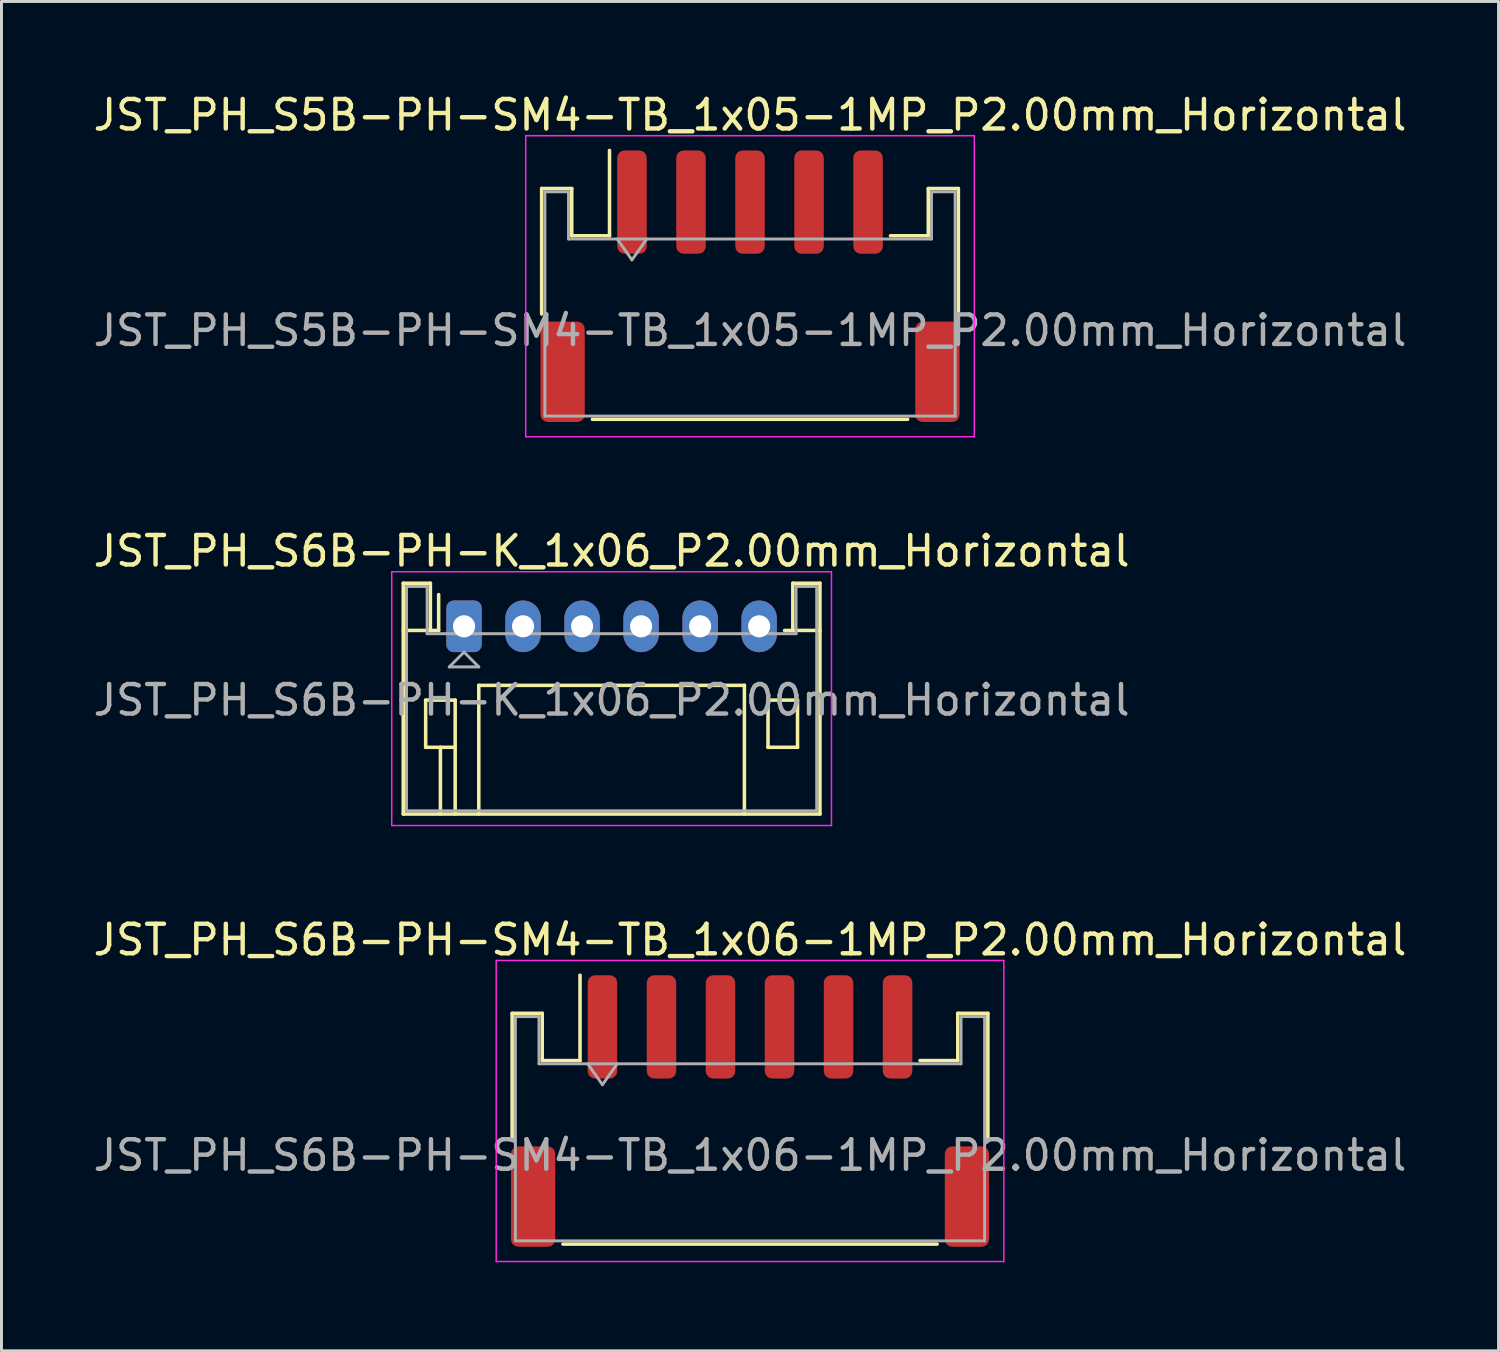
<source format=kicad_pcb>
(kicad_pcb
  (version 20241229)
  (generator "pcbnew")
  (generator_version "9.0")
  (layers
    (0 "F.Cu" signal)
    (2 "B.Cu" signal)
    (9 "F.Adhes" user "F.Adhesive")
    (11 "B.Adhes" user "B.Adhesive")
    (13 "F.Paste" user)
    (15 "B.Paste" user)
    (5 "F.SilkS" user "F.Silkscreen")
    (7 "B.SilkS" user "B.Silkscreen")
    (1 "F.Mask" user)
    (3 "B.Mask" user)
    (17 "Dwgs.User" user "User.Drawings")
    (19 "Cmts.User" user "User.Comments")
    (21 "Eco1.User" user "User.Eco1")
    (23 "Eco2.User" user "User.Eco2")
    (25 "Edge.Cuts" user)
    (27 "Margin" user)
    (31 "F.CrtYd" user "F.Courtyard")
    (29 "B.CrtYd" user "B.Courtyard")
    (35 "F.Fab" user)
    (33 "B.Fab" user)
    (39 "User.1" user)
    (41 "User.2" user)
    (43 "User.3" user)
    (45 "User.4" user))
  (footprint "JST_PH_S6B-PH-SM4-TB_1x06-1MP_P2.00mm_Horizontal"
    (layer "F.Cu")
    (at 22.363 34.595)
    (property "Reference" "JST_PH_S6B-PH-SM4-TB_1x06-1MP_P2.00mm_Horizontal" (at 0 -5.8 0) (layer "F.SilkS") (effects (font (size 1 1) (thickness 0.15))))
    (attr smd)
    (fp_line (start -8.06 -3.31) (end -7.04 -3.31) (stroke (width 0.12) (type solid)) (layer "F.SilkS"))
    (fp_line (start -8.06 0.94) (end -8.06 -3.31) (stroke (width 0.12) (type solid)) (layer "F.SilkS"))
    (fp_line (start -7.04 -3.31) (end -7.04 -1.71) (stroke (width 0.12) (type solid)) (layer "F.SilkS"))
    (fp_line (start -7.04 -1.71) (end -5.76 -1.71) (stroke (width 0.12) (type solid)) (layer "F.SilkS"))
    (fp_line (start -6.34 4.51) (end 6.34 4.51) (stroke (width 0.12) (type solid)) (layer "F.SilkS"))
    (fp_line (start -5.76 -1.71) (end -5.76 -4.6) (stroke (width 0.12) (type solid)) (layer "F.SilkS"))
    (fp_line (start 7.04 -3.31) (end 7.04 -1.71) (stroke (width 0.12) (type solid)) (layer "F.SilkS"))
    (fp_line (start 7.04 -1.71) (end 5.76 -1.71) (stroke (width 0.12) (type solid)) (layer "F.SilkS"))
    (fp_line (start 8.06 -3.31) (end 7.04 -3.31) (stroke (width 0.12) (type solid)) (layer "F.SilkS"))
    (fp_line (start 8.06 0.94) (end 8.06 -3.31) (stroke (width 0.12) (type solid)) (layer "F.SilkS"))
    (fp_line (start -8.6 -5.1) (end -8.6 5.1) (stroke (width 0.05) (type solid)) (layer "F.CrtYd"))
    (fp_line (start -8.6 5.1) (end 8.6 5.1) (stroke (width 0.05) (type solid)) (layer "F.CrtYd"))
    (fp_line (start 8.6 -5.1) (end -8.6 -5.1) (stroke (width 0.05) (type solid)) (layer "F.CrtYd"))
    (fp_line (start 8.6 5.1) (end 8.6 -5.1) (stroke (width 0.05) (type solid)) (layer "F.CrtYd"))
    (fp_line (start -7.95 -3.2) (end -7.95 4.4) (stroke (width 0.1) (type solid)) (layer "F.Fab"))
    (fp_line (start -7.95 -3.2) (end -7.15 -3.2) (stroke (width 0.1) (type solid)) (layer "F.Fab"))
    (fp_line (start -7.95 4.4) (end 7.95 4.4) (stroke (width 0.1) (type solid)) (layer "F.Fab"))
    (fp_line (start -7.15 -3.2) (end -7.15 -1.6) (stroke (width 0.1) (type solid)) (layer "F.Fab"))
    (fp_line (start -7.15 -1.6) (end 7.15 -1.6) (stroke (width 0.1) (type solid)) (layer "F.Fab"))
    (fp_line (start -5.5 -1.6) (end -5 -0.893) (stroke (width 0.1) (type solid)) (layer "F.Fab"))
    (fp_line (start -5 -0.893) (end -4.5 -1.6) (stroke (width 0.1) (type solid)) (layer "F.Fab"))
    (fp_line (start 7.15 -3.2) (end 7.95 -3.2) (stroke (width 0.1) (type solid)) (layer "F.Fab"))
    (fp_line (start 7.15 -1.6) (end 7.15 -3.2) (stroke (width 0.1) (type solid)) (layer "F.Fab"))
    (fp_line (start 7.95 -3.2) (end 7.95 4.4) (stroke (width 0.1) (type solid)) (layer "F.Fab"))
    (fp_text user "${REFERENCE}" (at 0 1.5 0) (layer "F.Fab") (effects (font (size 1 1) (thickness 0.15))))
    (pad "1" smd roundrect (at -5 -2.85) (size 1 3.5) (layers "F.Cu" "F.Mask" "F.Paste") (roundrect_rratio 0.25))
    (pad "2" smd roundrect (at -3 -2.85) (size 1 3.5) (layers "F.Cu" "F.Mask" "F.Paste") (roundrect_rratio 0.25))
    (pad "3" smd roundrect (at -1 -2.85) (size 1 3.5) (layers "F.Cu" "F.Mask" "F.Paste") (roundrect_rratio 0.25))
    (pad "4" smd roundrect (at 1 -2.85) (size 1 3.5) (layers "F.Cu" "F.Mask" "F.Paste") (roundrect_rratio 0.25))
    (pad "5" smd roundrect (at 3 -2.85) (size 1 3.5) (layers "F.Cu" "F.Mask" "F.Paste") (roundrect_rratio 0.25))
    (pad "6" smd roundrect (at 5 -2.85) (size 1 3.5) (layers "F.Cu" "F.Mask" "F.Paste") (roundrect_rratio 0.25))
    (pad "MP" smd roundrect (at -7.35 2.9) (size 1.5 3.4) (layers "F.Cu" "F.Mask" "F.Paste") (roundrect_rratio 0.167))
    (pad "MP" smd roundrect (at 7.35 2.9) (size 1.5 3.4) (layers "F.Cu" "F.Mask" "F.Paste") (roundrect_rratio 0.167)))
  (footprint "JST_PH_S6B-PH-K_1x06_P2.00mm_Horizontal"
    (layer "F.Cu")
    (at 12.673 18.172)
    (property "Reference" "JST_PH_S6B-PH-K_1x06_P2.00mm_Horizontal" (at 5 -2.55 0) (layer "F.SilkS") (effects (font (size 1 1) (thickness 0.15))))
    (attr through_hole)
    (fp_line (start -2.06 -1.46) (end -2.06 6.36) (stroke (width 0.12) (type solid)) (layer "F.SilkS"))
    (fp_line (start -2.06 0.14) (end -1.14 0.14) (stroke (width 0.12) (type solid)) (layer "F.SilkS"))
    (fp_line (start -2.06 6.36) (end 12.06 6.36) (stroke (width 0.12) (type solid)) (layer "F.SilkS"))
    (fp_line (start -1.3 2.5) (end -1.3 4.1) (stroke (width 0.12) (type solid)) (layer "F.SilkS"))
    (fp_line (start -1.3 4.1) (end -0.3 4.1) (stroke (width 0.12) (type solid)) (layer "F.SilkS"))
    (fp_line (start -1.14 -1.46) (end -2.06 -1.46) (stroke (width 0.12) (type solid)) (layer "F.SilkS"))
    (fp_line (start -1.14 0.14) (end -1.14 -1.46) (stroke (width 0.12) (type solid)) (layer "F.SilkS"))
    (fp_line (start -0.86 0.14) (end -1.14 0.14) (stroke (width 0.12) (type solid)) (layer "F.SilkS"))
    (fp_line (start -0.86 0.14) (end -0.86 -1.075) (stroke (width 0.12) (type solid)) (layer "F.SilkS"))
    (fp_line (start -0.8 4.1) (end -0.8 6.36) (stroke (width 0.12) (type solid)) (layer "F.SilkS"))
    (fp_line (start -0.3 2.5) (end -1.3 2.5) (stroke (width 0.12) (type solid)) (layer "F.SilkS"))
    (fp_line (start -0.3 4.1) (end -0.3 2.5) (stroke (width 0.12) (type solid)) (layer "F.SilkS"))
    (fp_line (start -0.3 4.1) (end -0.3 6.36) (stroke (width 0.12) (type solid)) (layer "F.SilkS"))
    (fp_line (start 0.5 2) (end 9.5 2) (stroke (width 0.12) (type solid)) (layer "F.SilkS"))
    (fp_line (start 0.5 6.36) (end 0.5 2) (stroke (width 0.12) (type solid)) (layer "F.SilkS"))
    (fp_line (start 9.5 2) (end 9.5 6.36) (stroke (width 0.12) (type solid)) (layer "F.SilkS"))
    (fp_line (start 10.3 2.5) (end 11.3 2.5) (stroke (width 0.12) (type solid)) (layer "F.SilkS"))
    (fp_line (start 10.3 4.1) (end 10.3 2.5) (stroke (width 0.12) (type solid)) (layer "F.SilkS"))
    (fp_line (start 11.14 -1.46) (end 11.14 0.14) (stroke (width 0.12) (type solid)) (layer "F.SilkS"))
    (fp_line (start 11.14 0.14) (end 10.86 0.14) (stroke (width 0.12) (type solid)) (layer "F.SilkS"))
    (fp_line (start 11.3 2.5) (end 11.3 4.1) (stroke (width 0.12) (type solid)) (layer "F.SilkS"))
    (fp_line (start 11.3 4.1) (end 10.3 4.1) (stroke (width 0.12) (type solid)) (layer "F.SilkS"))
    (fp_line (start 12.06 -1.46) (end 11.14 -1.46) (stroke (width 0.12) (type solid)) (layer "F.SilkS"))
    (fp_line (start 12.06 0.14) (end 11.14 0.14) (stroke (width 0.12) (type solid)) (layer "F.SilkS"))
    (fp_line (start 12.06 6.36) (end 12.06 -1.46) (stroke (width 0.12) (type solid)) (layer "F.SilkS"))
    (fp_line (start -2.45 -1.85) (end -2.45 6.75) (stroke (width 0.05) (type solid)) (layer "F.CrtYd"))
    (fp_line (start -2.45 6.75) (end 12.45 6.75) (stroke (width 0.05) (type solid)) (layer "F.CrtYd"))
    (fp_line (start 12.45 -1.85) (end -2.45 -1.85) (stroke (width 0.05) (type solid)) (layer "F.CrtYd"))
    (fp_line (start 12.45 6.75) (end 12.45 -1.85) (stroke (width 0.05) (type solid)) (layer "F.CrtYd"))
    (fp_line (start -1.95 -1.35) (end -1.95 6.25) (stroke (width 0.1) (type solid)) (layer "F.Fab"))
    (fp_line (start -1.95 6.25) (end 11.95 6.25) (stroke (width 0.1) (type solid)) (layer "F.Fab"))
    (fp_line (start -1.25 -1.35) (end -1.95 -1.35) (stroke (width 0.1) (type solid)) (layer "F.Fab"))
    (fp_line (start -1.25 0.25) (end -1.25 -1.35) (stroke (width 0.1) (type solid)) (layer "F.Fab"))
    (fp_line (start -0.5 1.375) (end 0.5 1.375) (stroke (width 0.1) (type solid)) (layer "F.Fab"))
    (fp_line (start 0 0.875) (end -0.5 1.375) (stroke (width 0.1) (type solid)) (layer "F.Fab"))
    (fp_line (start 0.5 1.375) (end 0 0.875) (stroke (width 0.1) (type solid)) (layer "F.Fab"))
    (fp_line (start 11.25 -1.35) (end 11.25 0.25) (stroke (width 0.1) (type solid)) (layer "F.Fab"))
    (fp_line (start 11.25 0.25) (end -1.25 0.25) (stroke (width 0.1) (type solid)) (layer "F.Fab"))
    (fp_line (start 11.95 -1.35) (end 11.25 -1.35) (stroke (width 0.1) (type solid)) (layer "F.Fab"))
    (fp_line (start 11.95 6.25) (end 11.95 -1.35) (stroke (width 0.1) (type solid)) (layer "F.Fab"))
    (fp_text user "${REFERENCE}" (at 5 2.5 0) (layer "F.Fab") (effects (font (size 1 1) (thickness 0.15))))
    (pad "1" thru_hole roundrect (at 0 0) (size 1.2 1.75) (drill 0.75) (layers "*.Cu" "*.Mask") (roundrect_rratio 0.208))
    (pad "2" thru_hole oval (at 2 0) (size 1.2 1.75) (drill 0.75) (layers "*.Cu" "*.Mask"))
    (pad "3" thru_hole oval (at 4 0) (size 1.2 1.75) (drill 0.75) (layers "*.Cu" "*.Mask"))
    (pad "4" thru_hole oval (at 6 0) (size 1.2 1.75) (drill 0.75) (layers "*.Cu" "*.Mask"))
    (pad "5" thru_hole oval (at 8 0) (size 1.2 1.75) (drill 0.75) (layers "*.Cu" "*.Mask"))
    (pad "6" thru_hole oval (at 10 0) (size 1.2 1.75) (drill 0.75) (layers "*.Cu" "*.Mask")))
  (footprint "JST_PH_S5B-PH-SM4-TB_1x05-1MP_P2.00mm_Horizontal"
    (layer "F.Cu")
    (at 22.363 6.648)
    (property "Reference" "JST_PH_S5B-PH-SM4-TB_1x05-1MP_P2.00mm_Horizontal" (at 0 -5.8 0) (layer "F.SilkS") (effects (font (size 1 1) (thickness 0.15))))
    (attr smd)
    (fp_line (start -7.06 -3.31) (end -6.04 -3.31) (stroke (width 0.12) (type solid)) (layer "F.SilkS"))
    (fp_line (start -7.06 0.94) (end -7.06 -3.31) (stroke (width 0.12) (type solid)) (layer "F.SilkS"))
    (fp_line (start -6.04 -3.31) (end -6.04 -1.71) (stroke (width 0.12) (type solid)) (layer "F.SilkS"))
    (fp_line (start -6.04 -1.71) (end -4.76 -1.71) (stroke (width 0.12) (type solid)) (layer "F.SilkS"))
    (fp_line (start -5.34 4.51) (end 5.34 4.51) (stroke (width 0.12) (type solid)) (layer "F.SilkS"))
    (fp_line (start -4.76 -1.71) (end -4.76 -4.6) (stroke (width 0.12) (type solid)) (layer "F.SilkS"))
    (fp_line (start 6.04 -3.31) (end 6.04 -1.71) (stroke (width 0.12) (type solid)) (layer "F.SilkS"))
    (fp_line (start 6.04 -1.71) (end 4.76 -1.71) (stroke (width 0.12) (type solid)) (layer "F.SilkS"))
    (fp_line (start 7.06 -3.31) (end 6.04 -3.31) (stroke (width 0.12) (type solid)) (layer "F.SilkS"))
    (fp_line (start 7.06 0.94) (end 7.06 -3.31) (stroke (width 0.12) (type solid)) (layer "F.SilkS"))
    (fp_line (start -7.6 -5.1) (end -7.6 5.1) (stroke (width 0.05) (type solid)) (layer "F.CrtYd"))
    (fp_line (start -7.6 5.1) (end 7.6 5.1) (stroke (width 0.05) (type solid)) (layer "F.CrtYd"))
    (fp_line (start 7.6 -5.1) (end -7.6 -5.1) (stroke (width 0.05) (type solid)) (layer "F.CrtYd"))
    (fp_line (start 7.6 5.1) (end 7.6 -5.1) (stroke (width 0.05) (type solid)) (layer "F.CrtYd"))
    (fp_line (start -6.95 -3.2) (end -6.95 4.4) (stroke (width 0.1) (type solid)) (layer "F.Fab"))
    (fp_line (start -6.95 -3.2) (end -6.15 -3.2) (stroke (width 0.1) (type solid)) (layer "F.Fab"))
    (fp_line (start -6.95 4.4) (end 6.95 4.4) (stroke (width 0.1) (type solid)) (layer "F.Fab"))
    (fp_line (start -6.15 -3.2) (end -6.15 -1.6) (stroke (width 0.1) (type solid)) (layer "F.Fab"))
    (fp_line (start -6.15 -1.6) (end 6.15 -1.6) (stroke (width 0.1) (type solid)) (layer "F.Fab"))
    (fp_line (start -4.5 -1.6) (end -4 -0.893) (stroke (width 0.1) (type solid)) (layer "F.Fab"))
    (fp_line (start -4 -0.893) (end -3.5 -1.6) (stroke (width 0.1) (type solid)) (layer "F.Fab"))
    (fp_line (start 6.15 -3.2) (end 6.95 -3.2) (stroke (width 0.1) (type solid)) (layer "F.Fab"))
    (fp_line (start 6.15 -1.6) (end 6.15 -3.2) (stroke (width 0.1) (type solid)) (layer "F.Fab"))
    (fp_line (start 6.95 -3.2) (end 6.95 4.4) (stroke (width 0.1) (type solid)) (layer "F.Fab"))
    (fp_text user "${REFERENCE}" (at 0 1.5 0) (layer "F.Fab") (effects (font (size 1 1) (thickness 0.15))))
    (pad "1" smd roundrect (at -4 -2.85) (size 1 3.5) (layers "F.Cu" "F.Mask" "F.Paste") (roundrect_rratio 0.25))
    (pad "2" smd roundrect (at -2 -2.85) (size 1 3.5) (layers "F.Cu" "F.Mask" "F.Paste") (roundrect_rratio 0.25))
    (pad "3" smd roundrect (at 0 -2.85) (size 1 3.5) (layers "F.Cu" "F.Mask" "F.Paste") (roundrect_rratio 0.25))
    (pad "4" smd roundrect (at 2 -2.85) (size 1 3.5) (layers "F.Cu" "F.Mask" "F.Paste") (roundrect_rratio 0.25))
    (pad "5" smd roundrect (at 4 -2.85) (size 1 3.5) (layers "F.Cu" "F.Mask" "F.Paste") (roundrect_rratio 0.25))
    (pad "MP" smd roundrect (at -6.35 2.9) (size 1.5 3.4) (layers "F.Cu" "F.Mask" "F.Paste") (roundrect_rratio 0.167))
    (pad "MP" smd roundrect (at 6.35 2.9) (size 1.5 3.4) (layers "F.Cu" "F.Mask" "F.Paste") (roundrect_rratio 0.167)))
  (gr_rect
    (start -3 -3)
    (end 47.726 42.72)
    (stroke (width 0.1) (type default))
    (fill no)
    (layer "Edge.Cuts")))
</source>
